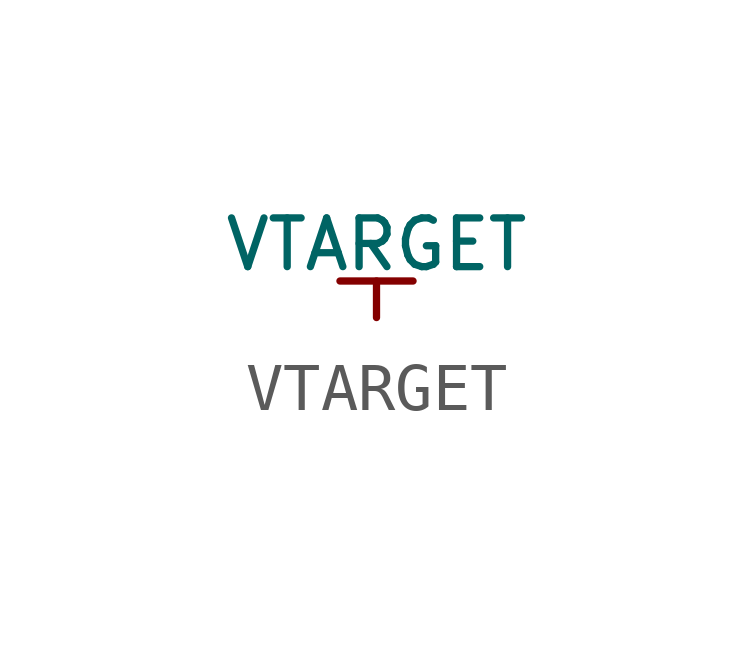
<source format=kicad_sym>
(kicad_symbol_lib
  (version 20211014)
  (generator kicad_symbol_editor)
  (symbol "VTARGET"
    (power)
    (pin_numbers hide)
    (pin_names
      (offset 0) hide)
    (property "Reference" "#PWR"
      (at 0.254 0 0)
      (effects (font (size 0.508 0.508)) hide))
    (property "Value" "VTARGET"
      (at 0 1.524 0)
      (effects (font (size 1.016 1.016))))
    (symbol "VTARGET_0_1"
      (polyline (pts (xy -0.762 0.762) (xy 0.762 0.762)) (stroke (width 0) (type default) (color 0 0 0 0)) (fill (type none)))
      (polyline (pts (xy 0 0) (xy 0 0.762)) (stroke (width 0) (type default) (color 0 0 0 0)) (fill (type none))))
    (symbol "VTARGET_1_1"
      (pin power_in line (at 0 0 90) (length 0) hide (name "VTARGET" (effects (font (size 1.27 1.27)))) (number "1" (effects (font (size 1.27 1.27))))))))
</source>
